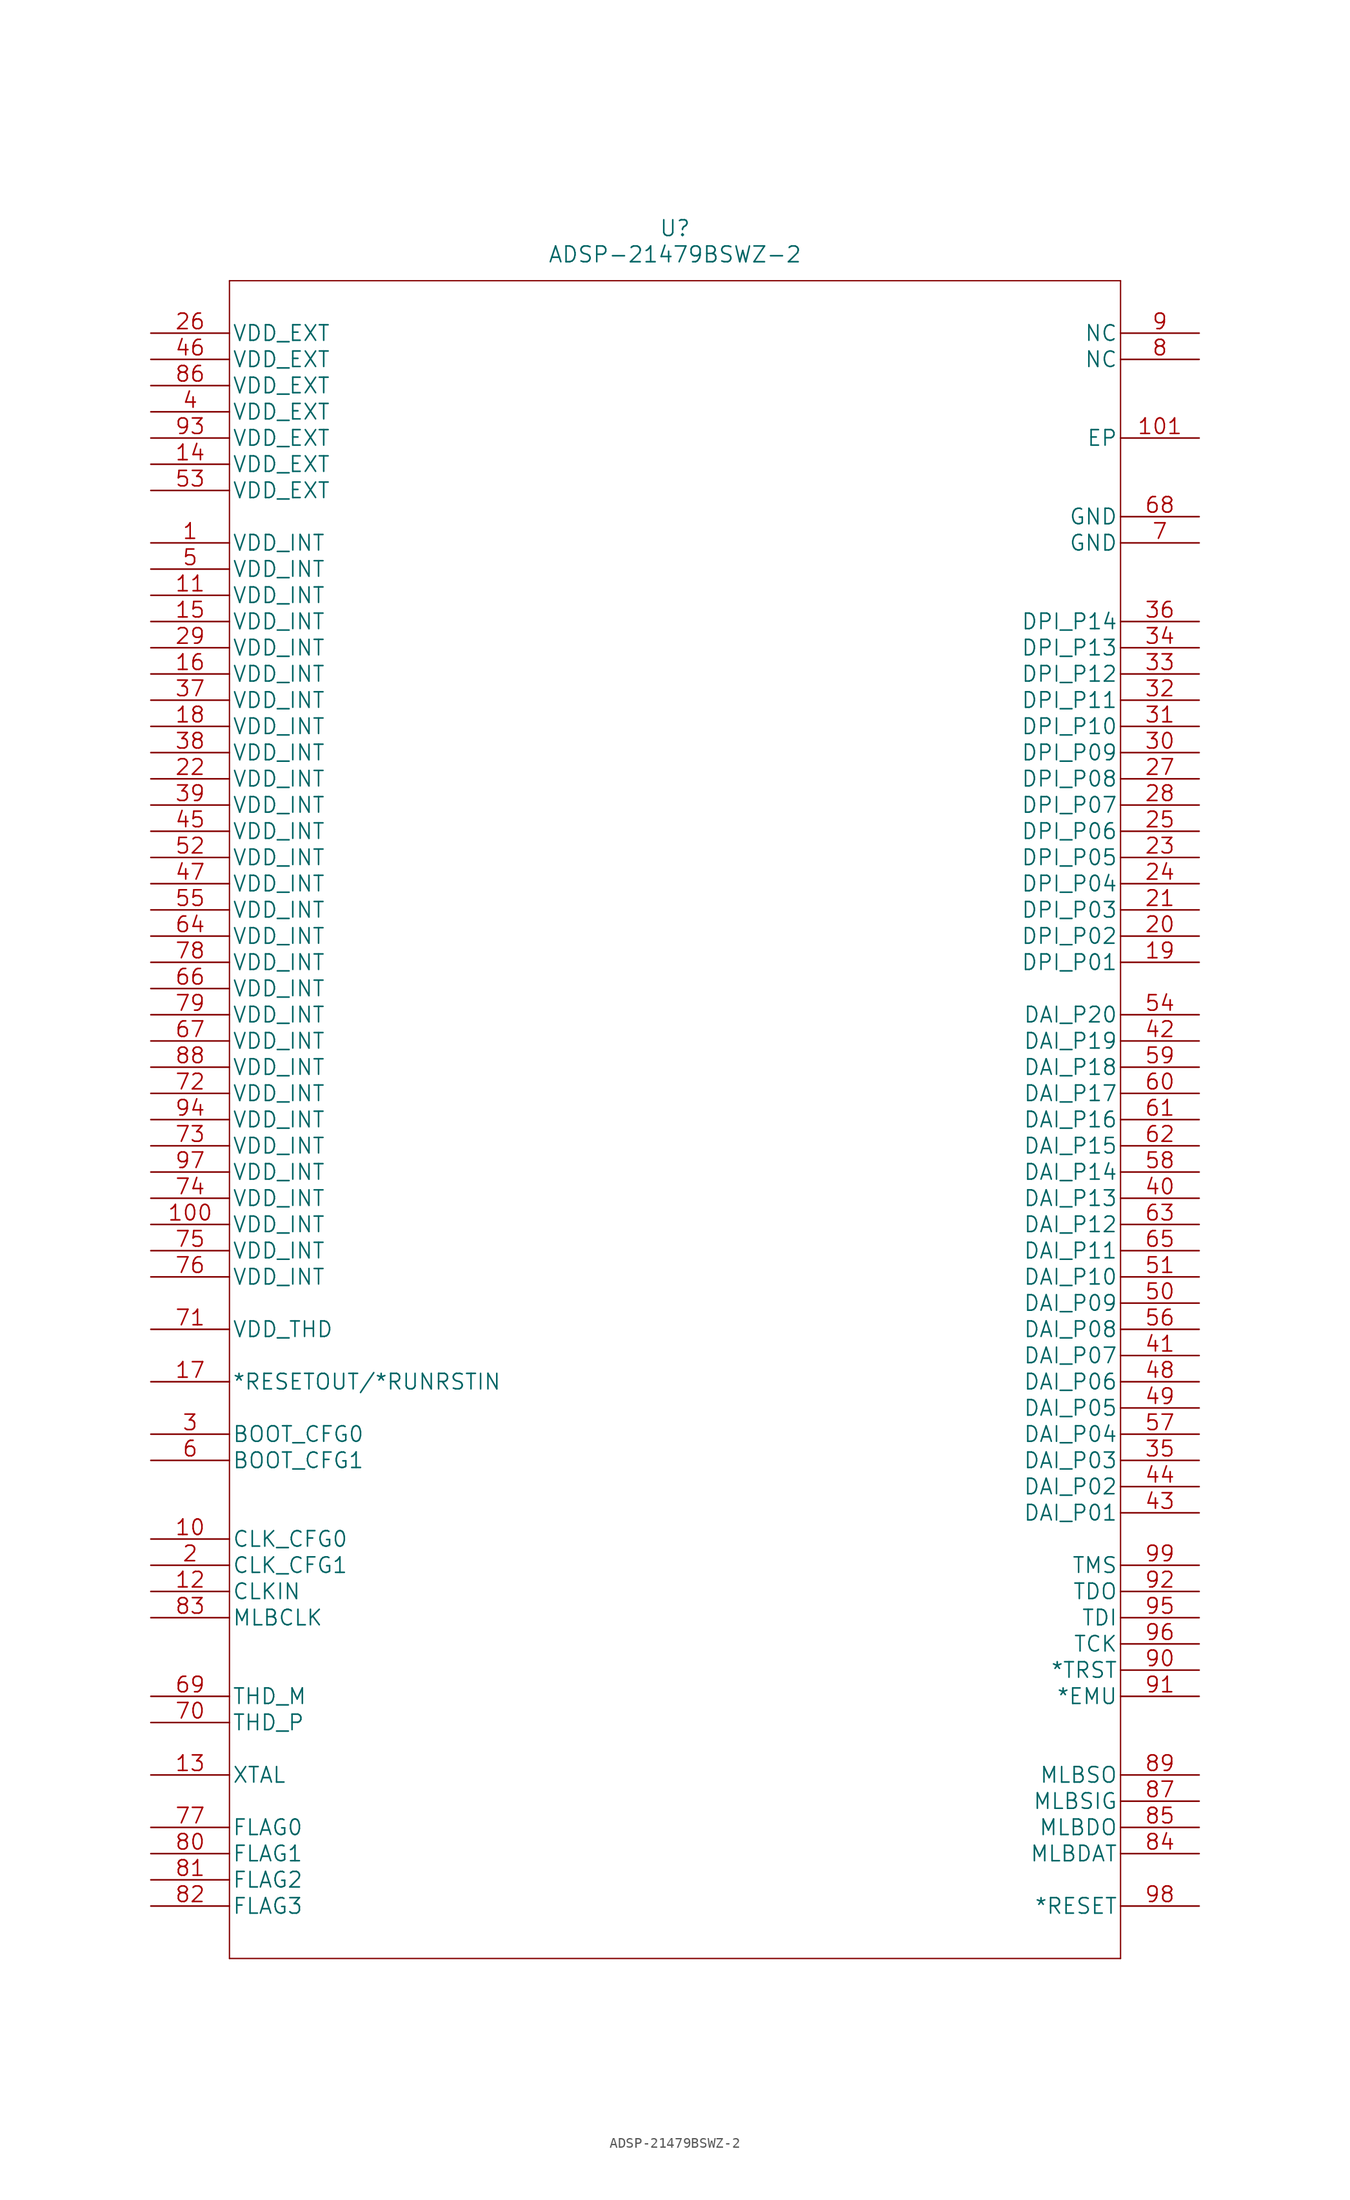
<source format=kicad_sym>
(kicad_symbol_lib
  (version 20211014)
  (generator kicad_symbol_editor)
  (symbol "ADSP-21479BSWZ-2"
    (pin_names
      (offset 0.254))
    (property "Reference" "U"
      (at 50.8 10.16 0)
      (effects (font (size 1.524 1.524))))
    (property "Value" "ADSP-21479BSWZ-2"
      (at 50.8 7.62 0)
      (effects (font (size 1.524 1.524))))
    (property "Datasheet" ""
      (at 0 0 0)
      (effects (font (size 1.524 1.524))))
    (symbol "ADSP-21479BSWZ-2_1_0"
      (polyline (pts (xy 7.62 -157.48) (xy 93.98 -157.48)) (stroke (width 0.127) (type default) (color 0 0 0 0)) (fill (type none)))
      (polyline (pts (xy 7.62 5.08) (xy 7.62 -157.48)) (stroke (width 0.127) (type default) (color 0 0 0 0)) (fill (type none)))
      (polyline (pts (xy 93.98 -157.48) (xy 93.98 5.08)) (stroke (width 0.127) (type default) (color 0 0 0 0)) (fill (type none)))
      (polyline (pts (xy 93.98 5.08) (xy 7.62 5.08)) (stroke (width 0.127) (type default) (color 0 0 0 0)) (fill (type none)))
      (pin unspecified line (at 0 -20.32 0) (length 7.62) (name "VDD_INT" (effects (font (size 1.499 1.499)))) (number "1" (effects (font (size 1.499 1.499)))))
      (pin unspecified line (at 0 -116.84 0) (length 7.62) (name "CLK_CFG0" (effects (font (size 1.499 1.499)))) (number "10" (effects (font (size 1.499 1.499)))))
      (pin unspecified line (at 0 -86.36 0) (length 7.62) (name "VDD_INT" (effects (font (size 1.499 1.499)))) (number "100" (effects (font (size 1.499 1.499)))))
      (pin unspecified line (at 101.6 -10.16 180) (length 7.62) (name "EP" (effects (font (size 1.499 1.499)))) (number "101" (effects (font (size 1.499 1.499)))))
      (pin unspecified line (at 0 -25.4 0) (length 7.62) (name "VDD_INT" (effects (font (size 1.499 1.499)))) (number "11" (effects (font (size 1.499 1.499)))))
      (pin unspecified line (at 0 -121.92 0) (length 7.62) (name "CLKIN" (effects (font (size 1.499 1.499)))) (number "12" (effects (font (size 1.499 1.499)))))
      (pin unspecified line (at 0 -139.7 0) (length 7.62) (name "XTAL" (effects (font (size 1.499 1.499)))) (number "13" (effects (font (size 1.499 1.499)))))
      (pin unspecified line (at 0 -12.7 0) (length 7.62) (name "VDD_EXT" (effects (font (size 1.499 1.499)))) (number "14" (effects (font (size 1.499 1.499)))))
      (pin unspecified line (at 0 -27.94 0) (length 7.62) (name "VDD_INT" (effects (font (size 1.499 1.499)))) (number "15" (effects (font (size 1.499 1.499)))))
      (pin unspecified line (at 0 -33.02 0) (length 7.62) (name "VDD_INT" (effects (font (size 1.499 1.499)))) (number "16" (effects (font (size 1.499 1.499)))))
      (pin unspecified line (at 0 -101.6 0) (length 7.62) (name "*RESETOUT/*RUNRSTIN" (effects (font (size 1.499 1.499)))) (number "17" (effects (font (size 1.499 1.499)))))
      (pin unspecified line (at 0 -38.1 0) (length 7.62) (name "VDD_INT" (effects (font (size 1.499 1.499)))) (number "18" (effects (font (size 1.499 1.499)))))
      (pin unspecified line (at 101.6 -60.96 180) (length 7.62) (name "DPI_P01" (effects (font (size 1.499 1.499)))) (number "19" (effects (font (size 1.499 1.499)))))
      (pin unspecified line (at 0 -119.38 0) (length 7.62) (name "CLK_CFG1" (effects (font (size 1.499 1.499)))) (number "2" (effects (font (size 1.499 1.499)))))
      (pin unspecified line (at 101.6 -58.42 180) (length 7.62) (name "DPI_P02" (effects (font (size 1.499 1.499)))) (number "20" (effects (font (size 1.499 1.499)))))
      (pin unspecified line (at 101.6 -55.88 180) (length 7.62) (name "DPI_P03" (effects (font (size 1.499 1.499)))) (number "21" (effects (font (size 1.499 1.499)))))
      (pin unspecified line (at 0 -43.18 0) (length 7.62) (name "VDD_INT" (effects (font (size 1.499 1.499)))) (number "22" (effects (font (size 1.499 1.499)))))
      (pin unspecified line (at 101.6 -50.8 180) (length 7.62) (name "DPI_P05" (effects (font (size 1.499 1.499)))) (number "23" (effects (font (size 1.499 1.499)))))
      (pin unspecified line (at 101.6 -53.34 180) (length 7.62) (name "DPI_P04" (effects (font (size 1.499 1.499)))) (number "24" (effects (font (size 1.499 1.499)))))
      (pin unspecified line (at 101.6 -48.26 180) (length 7.62) (name "DPI_P06" (effects (font (size 1.499 1.499)))) (number "25" (effects (font (size 1.499 1.499)))))
      (pin unspecified line (at 0 0 0) (length 7.62) (name "VDD_EXT" (effects (font (size 1.499 1.499)))) (number "26" (effects (font (size 1.499 1.499)))))
      (pin unspecified line (at 101.6 -43.18 180) (length 7.62) (name "DPI_P08" (effects (font (size 1.499 1.499)))) (number "27" (effects (font (size 1.499 1.499)))))
      (pin unspecified line (at 101.6 -45.72 180) (length 7.62) (name "DPI_P07" (effects (font (size 1.499 1.499)))) (number "28" (effects (font (size 1.499 1.499)))))
      (pin unspecified line (at 0 -30.48 0) (length 7.62) (name "VDD_INT" (effects (font (size 1.499 1.499)))) (number "29" (effects (font (size 1.499 1.499)))))
      (pin unspecified line (at 0 -106.68 0) (length 7.62) (name "BOOT_CFG0" (effects (font (size 1.499 1.499)))) (number "3" (effects (font (size 1.499 1.499)))))
      (pin unspecified line (at 101.6 -40.64 180) (length 7.62) (name "DPI_P09" (effects (font (size 1.499 1.499)))) (number "30" (effects (font (size 1.499 1.499)))))
      (pin unspecified line (at 101.6 -38.1 180) (length 7.62) (name "DPI_P10" (effects (font (size 1.499 1.499)))) (number "31" (effects (font (size 1.499 1.499)))))
      (pin unspecified line (at 101.6 -35.56 180) (length 7.62) (name "DPI_P11" (effects (font (size 1.499 1.499)))) (number "32" (effects (font (size 1.499 1.499)))))
      (pin unspecified line (at 101.6 -33.02 180) (length 7.62) (name "DPI_P12" (effects (font (size 1.499 1.499)))) (number "33" (effects (font (size 1.499 1.499)))))
      (pin unspecified line (at 101.6 -30.48 180) (length 7.62) (name "DPI_P13" (effects (font (size 1.499 1.499)))) (number "34" (effects (font (size 1.499 1.499)))))
      (pin unspecified line (at 101.6 -109.22 180) (length 7.62) (name "DAI_P03" (effects (font (size 1.499 1.499)))) (number "35" (effects (font (size 1.499 1.499)))))
      (pin unspecified line (at 101.6 -27.94 180) (length 7.62) (name "DPI_P14" (effects (font (size 1.499 1.499)))) (number "36" (effects (font (size 1.499 1.499)))))
      (pin unspecified line (at 0 -35.56 0) (length 7.62) (name "VDD_INT" (effects (font (size 1.499 1.499)))) (number "37" (effects (font (size 1.499 1.499)))))
      (pin unspecified line (at 0 -40.64 0) (length 7.62) (name "VDD_INT" (effects (font (size 1.499 1.499)))) (number "38" (effects (font (size 1.499 1.499)))))
      (pin unspecified line (at 0 -45.72 0) (length 7.62) (name "VDD_INT" (effects (font (size 1.499 1.499)))) (number "39" (effects (font (size 1.499 1.499)))))
      (pin unspecified line (at 0 -7.62 0) (length 7.62) (name "VDD_EXT" (effects (font (size 1.499 1.499)))) (number "4" (effects (font (size 1.499 1.499)))))
      (pin unspecified line (at 101.6 -83.82 180) (length 7.62) (name "DAI_P13" (effects (font (size 1.499 1.499)))) (number "40" (effects (font (size 1.499 1.499)))))
      (pin unspecified line (at 101.6 -99.06 180) (length 7.62) (name "DAI_P07" (effects (font (size 1.499 1.499)))) (number "41" (effects (font (size 1.499 1.499)))))
      (pin unspecified line (at 101.6 -68.58 180) (length 7.62) (name "DAI_P19" (effects (font (size 1.499 1.499)))) (number "42" (effects (font (size 1.499 1.499)))))
      (pin unspecified line (at 101.6 -114.3 180) (length 7.62) (name "DAI_P01" (effects (font (size 1.499 1.499)))) (number "43" (effects (font (size 1.499 1.499)))))
      (pin unspecified line (at 101.6 -111.76 180) (length 7.62) (name "DAI_P02" (effects (font (size 1.499 1.499)))) (number "44" (effects (font (size 1.499 1.499)))))
      (pin unspecified line (at 0 -48.26 0) (length 7.62) (name "VDD_INT" (effects (font (size 1.499 1.499)))) (number "45" (effects (font (size 1.499 1.499)))))
      (pin unspecified line (at 0 -2.54 0) (length 7.62) (name "VDD_EXT" (effects (font (size 1.499 1.499)))) (number "46" (effects (font (size 1.499 1.499)))))
      (pin unspecified line (at 0 -53.34 0) (length 7.62) (name "VDD_INT" (effects (font (size 1.499 1.499)))) (number "47" (effects (font (size 1.499 1.499)))))
      (pin unspecified line (at 101.6 -101.6 180) (length 7.62) (name "DAI_P06" (effects (font (size 1.499 1.499)))) (number "48" (effects (font (size 1.499 1.499)))))
      (pin unspecified line (at 101.6 -104.14 180) (length 7.62) (name "DAI_P05" (effects (font (size 1.499 1.499)))) (number "49" (effects (font (size 1.499 1.499)))))
      (pin unspecified line (at 0 -22.86 0) (length 7.62) (name "VDD_INT" (effects (font (size 1.499 1.499)))) (number "5" (effects (font (size 1.499 1.499)))))
      (pin unspecified line (at 101.6 -93.98 180) (length 7.62) (name "DAI_P09" (effects (font (size 1.499 1.499)))) (number "50" (effects (font (size 1.499 1.499)))))
      (pin unspecified line (at 101.6 -91.44 180) (length 7.62) (name "DAI_P10" (effects (font (size 1.499 1.499)))) (number "51" (effects (font (size 1.499 1.499)))))
      (pin unspecified line (at 0 -50.8 0) (length 7.62) (name "VDD_INT" (effects (font (size 1.499 1.499)))) (number "52" (effects (font (size 1.499 1.499)))))
      (pin unspecified line (at 0 -15.24 0) (length 7.62) (name "VDD_EXT" (effects (font (size 1.499 1.499)))) (number "53" (effects (font (size 1.499 1.499)))))
      (pin unspecified line (at 101.6 -66.04 180) (length 7.62) (name "DAI_P20" (effects (font (size 1.499 1.499)))) (number "54" (effects (font (size 1.499 1.499)))))
      (pin unspecified line (at 0 -55.88 0) (length 7.62) (name "VDD_INT" (effects (font (size 1.499 1.499)))) (number "55" (effects (font (size 1.499 1.499)))))
      (pin unspecified line (at 101.6 -96.52 180) (length 7.62) (name "DAI_P08" (effects (font (size 1.499 1.499)))) (number "56" (effects (font (size 1.499 1.499)))))
      (pin unspecified line (at 101.6 -106.68 180) (length 7.62) (name "DAI_P04" (effects (font (size 1.499 1.499)))) (number "57" (effects (font (size 1.499 1.499)))))
      (pin unspecified line (at 101.6 -81.28 180) (length 7.62) (name "DAI_P14" (effects (font (size 1.499 1.499)))) (number "58" (effects (font (size 1.499 1.499)))))
      (pin unspecified line (at 101.6 -71.12 180) (length 7.62) (name "DAI_P18" (effects (font (size 1.499 1.499)))) (number "59" (effects (font (size 1.499 1.499)))))
      (pin unspecified line (at 0 -109.22 0) (length 7.62) (name "BOOT_CFG1" (effects (font (size 1.499 1.499)))) (number "6" (effects (font (size 1.499 1.499)))))
      (pin unspecified line (at 101.6 -73.66 180) (length 7.62) (name "DAI_P17" (effects (font (size 1.499 1.499)))) (number "60" (effects (font (size 1.499 1.499)))))
      (pin unspecified line (at 101.6 -76.2 180) (length 7.62) (name "DAI_P16" (effects (font (size 1.499 1.499)))) (number "61" (effects (font (size 1.499 1.499)))))
      (pin unspecified line (at 101.6 -78.74 180) (length 7.62) (name "DAI_P15" (effects (font (size 1.499 1.499)))) (number "62" (effects (font (size 1.499 1.499)))))
      (pin unspecified line (at 101.6 -86.36 180) (length 7.62) (name "DAI_P12" (effects (font (size 1.499 1.499)))) (number "63" (effects (font (size 1.499 1.499)))))
      (pin unspecified line (at 0 -58.42 0) (length 7.62) (name "VDD_INT" (effects (font (size 1.499 1.499)))) (number "64" (effects (font (size 1.499 1.499)))))
      (pin unspecified line (at 101.6 -88.9 180) (length 7.62) (name "DAI_P11" (effects (font (size 1.499 1.499)))) (number "65" (effects (font (size 1.499 1.499)))))
      (pin unspecified line (at 0 -63.5 0) (length 7.62) (name "VDD_INT" (effects (font (size 1.499 1.499)))) (number "66" (effects (font (size 1.499 1.499)))))
      (pin unspecified line (at 0 -68.58 0) (length 7.62) (name "VDD_INT" (effects (font (size 1.499 1.499)))) (number "67" (effects (font (size 1.499 1.499)))))
      (pin unspecified line (at 101.6 -17.78 180) (length 7.62) (name "GND" (effects (font (size 1.499 1.499)))) (number "68" (effects (font (size 1.499 1.499)))))
      (pin unspecified line (at 0 -132.08 0) (length 7.62) (name "THD_M" (effects (font (size 1.499 1.499)))) (number "69" (effects (font (size 1.499 1.499)))))
      (pin unspecified line (at 101.6 -20.32 180) (length 7.62) (name "GND" (effects (font (size 1.499 1.499)))) (number "7" (effects (font (size 1.499 1.499)))))
      (pin unspecified line (at 0 -134.62 0) (length 7.62) (name "THD_P" (effects (font (size 1.499 1.499)))) (number "70" (effects (font (size 1.499 1.499)))))
      (pin unspecified line (at 0 -96.52 0) (length 7.62) (name "VDD_THD" (effects (font (size 1.499 1.499)))) (number "71" (effects (font (size 1.499 1.499)))))
      (pin unspecified line (at 0 -73.66 0) (length 7.62) (name "VDD_INT" (effects (font (size 1.499 1.499)))) (number "72" (effects (font (size 1.499 1.499)))))
      (pin unspecified line (at 0 -78.74 0) (length 7.62) (name "VDD_INT" (effects (font (size 1.499 1.499)))) (number "73" (effects (font (size 1.499 1.499)))))
      (pin unspecified line (at 0 -83.82 0) (length 7.62) (name "VDD_INT" (effects (font (size 1.499 1.499)))) (number "74" (effects (font (size 1.499 1.499)))))
      (pin unspecified line (at 0 -88.9 0) (length 7.62) (name "VDD_INT" (effects (font (size 1.499 1.499)))) (number "75" (effects (font (size 1.499 1.499)))))
      (pin unspecified line (at 0 -91.44 0) (length 7.62) (name "VDD_INT" (effects (font (size 1.499 1.499)))) (number "76" (effects (font (size 1.499 1.499)))))
      (pin unspecified line (at 0 -144.78 0) (length 7.62) (name "FLAG0" (effects (font (size 1.499 1.499)))) (number "77" (effects (font (size 1.499 1.499)))))
      (pin unspecified line (at 0 -60.96 0) (length 7.62) (name "VDD_INT" (effects (font (size 1.499 1.499)))) (number "78" (effects (font (size 1.499 1.499)))))
      (pin unspecified line (at 0 -66.04 0) (length 7.62) (name "VDD_INT" (effects (font (size 1.499 1.499)))) (number "79" (effects (font (size 1.499 1.499)))))
      (pin unspecified line (at 101.6 -2.54 180) (length 7.62) (name "NC" (effects (font (size 1.499 1.499)))) (number "8" (effects (font (size 1.499 1.499)))))
      (pin unspecified line (at 0 -147.32 0) (length 7.62) (name "FLAG1" (effects (font (size 1.499 1.499)))) (number "80" (effects (font (size 1.499 1.499)))))
      (pin unspecified line (at 0 -149.86 0) (length 7.62) (name "FLAG2" (effects (font (size 1.499 1.499)))) (number "81" (effects (font (size 1.499 1.499)))))
      (pin unspecified line (at 0 -152.4 0) (length 7.62) (name "FLAG3" (effects (font (size 1.499 1.499)))) (number "82" (effects (font (size 1.499 1.499)))))
      (pin unspecified line (at 0 -124.46 0) (length 7.62) (name "MLBCLK" (effects (font (size 1.499 1.499)))) (number "83" (effects (font (size 1.499 1.499)))))
      (pin unspecified line (at 101.6 -147.32 180) (length 7.62) (name "MLBDAT" (effects (font (size 1.499 1.499)))) (number "84" (effects (font (size 1.499 1.499)))))
      (pin unspecified line (at 101.6 -144.78 180) (length 7.62) (name "MLBDO" (effects (font (size 1.499 1.499)))) (number "85" (effects (font (size 1.499 1.499)))))
      (pin unspecified line (at 0 -5.08 0) (length 7.62) (name "VDD_EXT" (effects (font (size 1.499 1.499)))) (number "86" (effects (font (size 1.499 1.499)))))
      (pin unspecified line (at 101.6 -142.24 180) (length 7.62) (name "MLBSIG" (effects (font (size 1.499 1.499)))) (number "87" (effects (font (size 1.499 1.499)))))
      (pin unspecified line (at 0 -71.12 0) (length 7.62) (name "VDD_INT" (effects (font (size 1.499 1.499)))) (number "88" (effects (font (size 1.499 1.499)))))
      (pin unspecified line (at 101.6 -139.7 180) (length 7.62) (name "MLBSO" (effects (font (size 1.499 1.499)))) (number "89" (effects (font (size 1.499 1.499)))))
      (pin unspecified line (at 101.6 0 180) (length 7.62) (name "NC" (effects (font (size 1.499 1.499)))) (number "9" (effects (font (size 1.499 1.499)))))
      (pin unspecified line (at 101.6 -129.54 180) (length 7.62) (name "*TRST" (effects (font (size 1.499 1.499)))) (number "90" (effects (font (size 1.499 1.499)))))
      (pin unspecified line (at 101.6 -132.08 180) (length 7.62) (name "*EMU" (effects (font (size 1.499 1.499)))) (number "91" (effects (font (size 1.499 1.499)))))
      (pin unspecified line (at 101.6 -121.92 180) (length 7.62) (name "TDO" (effects (font (size 1.499 1.499)))) (number "92" (effects (font (size 1.499 1.499)))))
      (pin unspecified line (at 0 -10.16 0) (length 7.62) (name "VDD_EXT" (effects (font (size 1.499 1.499)))) (number "93" (effects (font (size 1.499 1.499)))))
      (pin unspecified line (at 0 -76.2 0) (length 7.62) (name "VDD_INT" (effects (font (size 1.499 1.499)))) (number "94" (effects (font (size 1.499 1.499)))))
      (pin unspecified line (at 101.6 -124.46 180) (length 7.62) (name "TDI" (effects (font (size 1.499 1.499)))) (number "95" (effects (font (size 1.499 1.499)))))
      (pin unspecified line (at 101.6 -127 180) (length 7.62) (name "TCK" (effects (font (size 1.499 1.499)))) (number "96" (effects (font (size 1.499 1.499)))))
      (pin unspecified line (at 0 -81.28 0) (length 7.62) (name "VDD_INT" (effects (font (size 1.499 1.499)))) (number "97" (effects (font (size 1.499 1.499)))))
      (pin unspecified line (at 101.6 -152.4 180) (length 7.62) (name "*RESET" (effects (font (size 1.499 1.499)))) (number "98" (effects (font (size 1.499 1.499)))))
      (pin unspecified line (at 101.6 -119.38 180) (length 7.62) (name "TMS" (effects (font (size 1.499 1.499)))) (number "99" (effects (font (size 1.499 1.499))))))))
</source>
